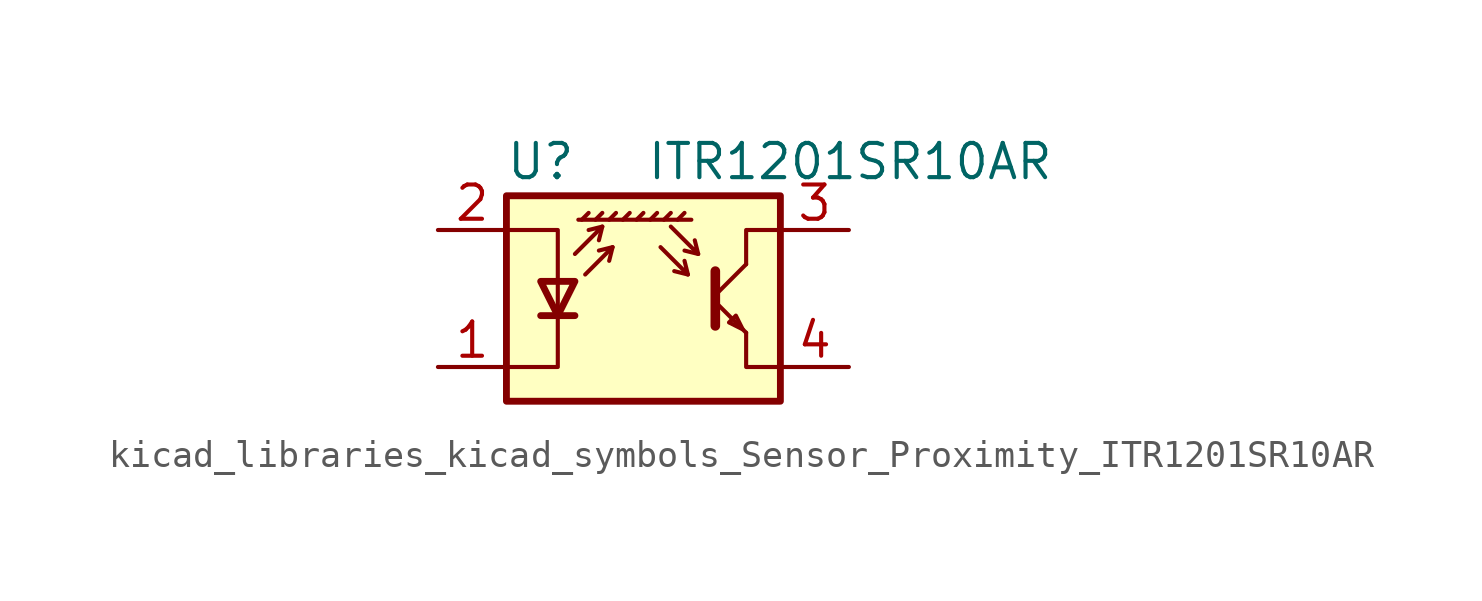
<source format=kicad_sym>
(kicad_symbol_lib
  (version 20220914)
  (generator kicad_symbol_editor)
  (symbol "kicad_libraries_kicad_symbols_Sensor_Proximity_ITR1201SR10AR"
    (pin_names
      (offset 0.025) hide)
    (property "Reference" "U"
      (at -3.81 5.08 0)
      (effects (font (size 1.27 1.27))))
    (property "Value" "ITR1201SR10AR"
      (at 15.24 5.08 0)
      (effects (font (size 1.27 1.27)) (justify right)))
    (symbol "kicad_libraries_kicad_symbols_Sensor_Proximity_ITR1201SR10AR_0_1"
      (polyline (pts (xy -3.81 -0.635) (xy -2.54 -0.635)) (stroke (width 0.254) (type default)) (fill (type none)))
      (polyline (pts (xy -2.286 2.921) (xy -2.032 3.175)) (stroke (width 0) (type default)) (fill (type none)))
      (polyline (pts (xy -1.778 2.921) (xy -1.524 3.175)) (stroke (width 0) (type default)) (fill (type none)))
      (polyline (pts (xy -1.524 2.667) (xy -1.651 2.159)) (stroke (width 0) (type default)) (fill (type none)))
      (polyline (pts (xy -1.27 2.921) (xy -1.016 3.175)) (stroke (width 0) (type default)) (fill (type none)))
      (polyline (pts (xy -1.143 1.905) (xy -1.27 1.397)) (stroke (width 0) (type default)) (fill (type none)))
      (polyline (pts (xy -0.762 2.921) (xy -0.508 3.175)) (stroke (width 0) (type default)) (fill (type none)))
      (polyline (pts (xy -0.254 2.921) (xy 0 3.175)) (stroke (width 0) (type default)) (fill (type none)))
      (polyline (pts (xy 0.254 2.921) (xy 0.508 3.175)) (stroke (width 0) (type default)) (fill (type none)))
      (polyline (pts (xy 0.762 2.921) (xy 1.016 3.175)) (stroke (width 0) (type default)) (fill (type none)))
      (polyline (pts (xy 1.27 2.921) (xy 1.524 3.175)) (stroke (width 0) (type default)) (fill (type none)))
      (polyline (pts (xy 1.651 0.889) (xy 1.143 1.016)) (stroke (width 0) (type default)) (fill (type none)))
      (polyline (pts (xy 1.778 2.921) (xy -2.413 2.921)) (stroke (width 0) (type default)) (fill (type none)))
      (polyline (pts (xy 2.032 1.651) (xy 1.524 1.778)) (stroke (width 0) (type default)) (fill (type none)))
      (polyline (pts (xy 2.667 -0.127) (xy 3.81 -1.27)) (stroke (width 0) (type default)) (fill (type none)))
      (polyline (pts (xy 2.667 0.127) (xy 3.81 1.27)) (stroke (width 0) (type default)) (fill (type none)))
      (polyline (pts (xy -2.54 1.651) (xy -1.524 2.667) (xy -2.032 2.54)) (stroke (width 0) (type default)) (fill (type none)))
      (polyline (pts (xy -2.159 0.889) (xy -1.143 1.905) (xy -1.651 1.778)) (stroke (width 0) (type default)) (fill (type none)))
      (polyline (pts (xy 0.635 1.905) (xy 1.651 0.889) (xy 1.524 1.397)) (stroke (width 0) (type default)) (fill (type none)))
      (polyline (pts (xy 1.016 2.667) (xy 2.032 1.651) (xy 1.905 2.159)) (stroke (width 0) (type default)) (fill (type none)))
      (polyline (pts (xy 2.667 1.016) (xy 2.667 -1.016) (xy 2.667 -1.016)) (stroke (width 0.356) (type default)) (fill (type none)))
      (polyline (pts (xy 3.81 -1.27) (xy 3.81 -2.54) (xy 5.08 -2.54)) (stroke (width 0) (type default)) (fill (type none)))
      (polyline (pts (xy 3.81 1.27) (xy 3.81 2.54) (xy 5.08 2.54)) (stroke (width 0) (type default)) (fill (type none)))
      (polyline (pts (xy -5.08 -2.54) (xy -3.175 -2.54) (xy -3.175 2.54) (xy -5.08 2.54)) (stroke (width 0) (type default)) (fill (type none)))
      (polyline (pts (xy -3.175 -0.635) (xy -3.81 0.635) (xy -2.54 0.635) (xy -3.175 -0.635)) (stroke (width 0.254) (type default)) (fill (type none)))
      (polyline (pts (xy 3.683 -1.143) (xy 3.429 -0.635) (xy 3.175 -0.889) (xy 3.683 -1.143)) (stroke (width 0) (type default)) (fill (type none)))
      (polyline (pts (xy -5.08 -3.81) (xy 5.08 -3.81) (xy 5.08 3.81) (xy -5.08 3.81) (xy -5.08 -3.81)) (stroke (width 0.254) (type default)) (fill (type background))))
    (symbol "kicad_libraries_kicad_symbols_Sensor_Proximity_ITR1201SR10AR_1_1"
      (pin passive line (at -7.62 -2.54 0) (length 2.54) (name "K" (effects (font (size 1.27 1.27)))) (number "1" (effects (font (size 1.27 1.27)))))
      (pin passive line (at -7.62 2.54 0) (length 2.54) (name "A" (effects (font (size 1.27 1.27)))) (number "2" (effects (font (size 1.27 1.27)))))
      (pin open_collector line (at 7.62 2.54 180) (length 2.54) (name "~" (effects (font (size 1.27 1.27)))) (number "3" (effects (font (size 1.27 1.27)))))
      (pin open_emitter line (at 7.62 -2.54 180) (length 2.54) (name "~" (effects (font (size 1.27 1.27)))) (number "4" (effects (font (size 1.27 1.27))))))))
</source>
